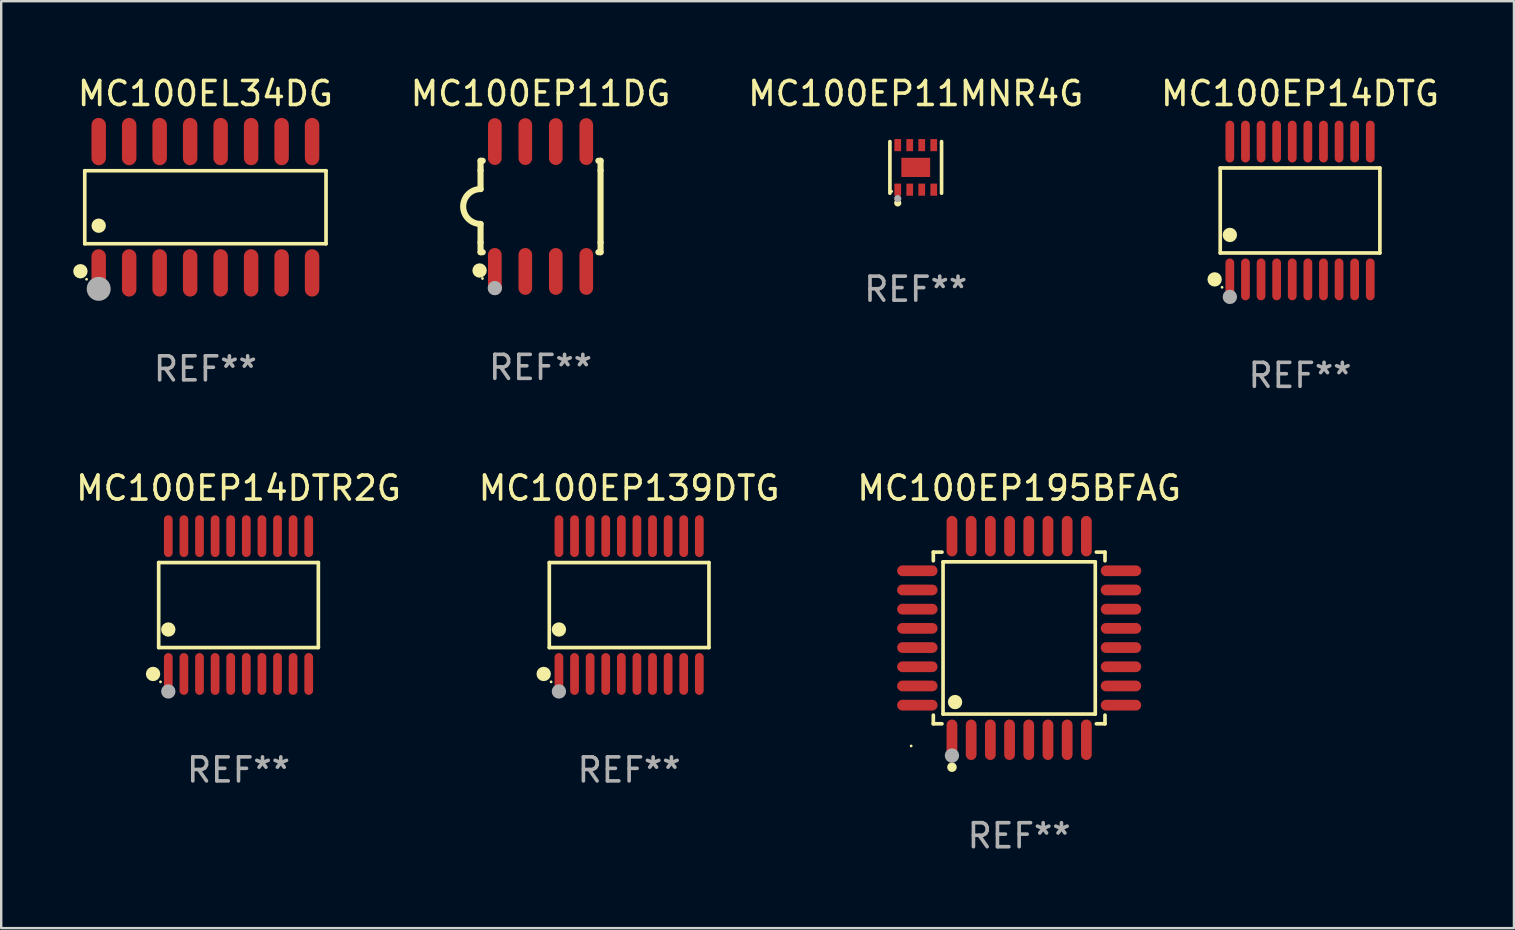
<source format=kicad_pcb>
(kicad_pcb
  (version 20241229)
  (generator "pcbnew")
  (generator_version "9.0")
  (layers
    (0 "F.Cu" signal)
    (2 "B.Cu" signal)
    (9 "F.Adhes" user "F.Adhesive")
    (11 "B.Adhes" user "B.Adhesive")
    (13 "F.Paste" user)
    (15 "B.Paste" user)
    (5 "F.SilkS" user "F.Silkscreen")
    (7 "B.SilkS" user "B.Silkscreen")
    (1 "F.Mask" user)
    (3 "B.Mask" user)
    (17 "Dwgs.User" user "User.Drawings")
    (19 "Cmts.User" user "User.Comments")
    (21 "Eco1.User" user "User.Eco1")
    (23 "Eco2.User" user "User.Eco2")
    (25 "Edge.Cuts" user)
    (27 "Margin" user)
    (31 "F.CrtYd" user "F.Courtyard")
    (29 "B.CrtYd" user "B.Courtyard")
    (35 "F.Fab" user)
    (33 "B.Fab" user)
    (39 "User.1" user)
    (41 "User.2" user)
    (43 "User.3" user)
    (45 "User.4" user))
  (footprint "MC100EP14DTG"
    (layer "F.Cu")
    (at 51.114 5.719)
    (property "Reference" "MC100EP14DTG" (at 0 -4.871 0) (layer "F.SilkS") (effects (font (size 1 1) (thickness 0.15))))
    (attr through_hole)
    (fp_line (start -3.326 -1.771) (end 3.326 -1.771) (stroke (width 0.152) (type solid)) (layer "F.SilkS"))
    (fp_line (start -3.326 1.771) (end -3.326 -1.771) (stroke (width 0.152) (type solid)) (layer "F.SilkS"))
    (fp_line (start 3.326 -1.771) (end 3.326 1.771) (stroke (width 0.152) (type solid)) (layer "F.SilkS"))
    (fp_line (start 3.326 1.771) (end -3.326 1.771) (stroke (width 0.152) (type solid)) (layer "F.SilkS"))
    (fp_circle (center -3.559 2.871) (end -3.409 2.871) (stroke (width 0.3) (type solid)) (fill no) (layer "F.SilkS"))
    (fp_circle (center -3.25 3.2) (end -3.22 3.2) (stroke (width 0.06) (type solid)) (fill no) (layer "F.SilkS"))
    (fp_circle (center -2.925 1.019) (end -2.775 1.019) (stroke (width 0.3) (type solid)) (fill no) (layer "F.SilkS"))
    (fp_circle (center -2.925 3.6) (end -2.775 3.6) (stroke (width 0.3) (type solid)) (fill no) (layer "F.Fab"))
    (fp_text user "REF**" (at 0 6.871 0) (layer "F.Fab") (effects (font (size 1 1) (thickness 0.15))))
    (pad "1" smd oval (at -2.925 2.871) (size 0.364 1.742) (layers "F.Cu" "F.Mask" "F.Paste"))
    (pad "2" smd oval (at -2.275 2.871) (size 0.364 1.742) (layers "F.Cu" "F.Mask" "F.Paste"))
    (pad "3" smd oval (at -1.625 2.871) (size 0.364 1.742) (layers "F.Cu" "F.Mask" "F.Paste"))
    (pad "4" smd oval (at -0.975 2.871) (size 0.364 1.742) (layers "F.Cu" "F.Mask" "F.Paste"))
    (pad "5" smd oval (at -0.325 2.871) (size 0.364 1.742) (layers "F.Cu" "F.Mask" "F.Paste"))
    (pad "6" smd oval (at 0.325 2.871) (size 0.364 1.742) (layers "F.Cu" "F.Mask" "F.Paste"))
    (pad "7" smd oval (at 0.975 2.871) (size 0.364 1.742) (layers "F.Cu" "F.Mask" "F.Paste"))
    (pad "8" smd oval (at 1.625 2.871) (size 0.364 1.742) (layers "F.Cu" "F.Mask" "F.Paste"))
    (pad "9" smd oval (at 2.275 2.871) (size 0.364 1.742) (layers "F.Cu" "F.Mask" "F.Paste"))
    (pad "10" smd oval (at 2.925 2.871) (size 0.364 1.742) (layers "F.Cu" "F.Mask" "F.Paste"))
    (pad "11" smd oval (at 2.925 -2.871) (size 0.364 1.742) (layers "F.Cu" "F.Mask" "F.Paste"))
    (pad "12" smd oval (at 2.275 -2.871) (size 0.364 1.742) (layers "F.Cu" "F.Mask" "F.Paste"))
    (pad "13" smd oval (at 1.625 -2.871) (size 0.364 1.742) (layers "F.Cu" "F.Mask" "F.Paste"))
    (pad "14" smd oval (at 0.975 -2.871) (size 0.364 1.742) (layers "F.Cu" "F.Mask" "F.Paste"))
    (pad "15" smd oval (at 0.325 -2.871) (size 0.364 1.742) (layers "F.Cu" "F.Mask" "F.Paste"))
    (pad "16" smd oval (at -0.325 -2.871) (size 0.364 1.742) (layers "F.Cu" "F.Mask" "F.Paste"))
    (pad "17" smd oval (at -0.975 -2.871) (size 0.364 1.742) (layers "F.Cu" "F.Mask" "F.Paste"))
    (pad "18" smd oval (at -1.625 -2.871) (size 0.364 1.742) (layers "F.Cu" "F.Mask" "F.Paste"))
    (pad "19" smd oval (at -2.275 -2.871) (size 0.364 1.742) (layers "F.Cu" "F.Mask" "F.Paste"))
    (pad "20" smd oval (at -2.925 -2.871) (size 0.364 1.742) (layers "F.Cu" "F.Mask" "F.Paste")))
  (footprint "MC100EP11MNR4G"
    (layer "F.Cu")
    (at 35.102 3.924)
    (property "Reference" "MC100EP11MNR4G" (at 0 -3.076 0) (layer "F.SilkS") (effects (font (size 1 1) (thickness 0.15))))
    (attr through_hole)
    (fp_line (start -1.076 1.076) (end -1.076 -1.076) (stroke (width 0.152) (type solid)) (layer "F.SilkS"))
    (fp_line (start 1.076 1.076) (end 1.076 -1.076) (stroke (width 0.152) (type solid)) (layer "F.SilkS"))
    (fp_circle (center -1 1) (end -0.97 1) (stroke (width 0.06) (type solid)) (fill no) (layer "F.SilkS"))
    (fp_circle (center -0.75 1.48) (end -0.675 1.48) (stroke (width 0.15) (type solid)) (fill no) (layer "F.SilkS"))
    (fp_circle (center -0.75 1.3) (end -0.675 1.3) (stroke (width 0.15) (type solid)) (fill no) (layer "F.Fab"))
    (fp_text user "REF**" (at 0 5.076 0) (layer "F.Fab") (effects (font (size 1 1) (thickness 0.15))))
    (pad "1" smd rect (at -0.75 0.928) (size 0.28 0.505) (layers "F.Cu" "F.Mask" "F.Paste"))
    (pad "2" smd rect (at -0.25 0.928) (size 0.28 0.505) (layers "F.Cu" "F.Mask" "F.Paste"))
    (pad "3" smd rect (at 0.25 0.928) (size 0.28 0.505) (layers "F.Cu" "F.Mask" "F.Paste"))
    (pad "4" smd rect (at 0.75 0.928) (size 0.28 0.505) (layers "F.Cu" "F.Mask" "F.Paste"))
    (pad "5" smd rect (at 0.75 -0.928) (size 0.28 0.505) (layers "F.Cu" "F.Mask" "F.Paste"))
    (pad "6" smd rect (at 0.25 -0.928) (size 0.28 0.505) (layers "F.Cu" "F.Mask" "F.Paste"))
    (pad "7" smd rect (at -0.25 -0.928) (size 0.28 0.505) (layers "F.Cu" "F.Mask" "F.Paste"))
    (pad "8" smd rect (at -0.75 -0.928) (size 0.28 0.505) (layers "F.Cu" "F.Mask" "F.Paste"))
    (pad "9" smd rect (at 0 0) (size 1.2 0.8) (layers "F.Cu" "F.Mask" "F.Paste")))
  (footprint "MC100EL34DG"
    (layer "F.Cu")
    (at 5.507 5.584)
    (property "Reference" "MC100EL34DG" (at 0 -4.736 0) (layer "F.SilkS") (effects (font (size 1 1) (thickness 0.15))))
    (attr through_hole)
    (fp_line (start -5.026 -1.521) (end 5.026 -1.521) (stroke (width 0.152) (type solid)) (layer "F.SilkS"))
    (fp_line (start -5.026 1.521) (end -5.026 -1.521) (stroke (width 0.152) (type solid)) (layer "F.SilkS"))
    (fp_line (start 5.026 -1.521) (end 5.026 1.521) (stroke (width 0.152) (type solid)) (layer "F.SilkS"))
    (fp_line (start 5.026 1.521) (end -5.026 1.521) (stroke (width 0.152) (type solid)) (layer "F.SilkS"))
    (fp_circle (center -5.207 2.667) (end -5.057 2.667) (stroke (width 0.3) (type solid)) (fill no) (layer "F.SilkS"))
    (fp_circle (center -4.95 3) (end -4.92 3) (stroke (width 0.06) (type solid)) (fill no) (layer "F.SilkS"))
    (fp_circle (center -4.445 0.769) (end -4.295 0.769) (stroke (width 0.3) (type solid)) (fill no) (layer "F.SilkS"))
    (fp_circle (center -4.445 3.4) (end -4.195 3.4) (stroke (width 0.5) (type solid)) (fill no) (layer "F.Fab"))
    (fp_text user "REF**" (at 0 6.736 0) (layer "F.Fab") (effects (font (size 1 1) (thickness 0.15))))
    (pad "1" smd oval (at -4.445 2.736) (size 0.602 1.971) (layers "F.Cu" "F.Mask" "F.Paste"))
    (pad "2" smd oval (at -3.175 2.736) (size 0.602 1.971) (layers "F.Cu" "F.Mask" "F.Paste"))
    (pad "3" smd oval (at -1.905 2.736) (size 0.602 1.971) (layers "F.Cu" "F.Mask" "F.Paste"))
    (pad "4" smd oval (at -0.635 2.736) (size 0.602 1.971) (layers "F.Cu" "F.Mask" "F.Paste"))
    (pad "5" smd oval (at 0.635 2.736) (size 0.602 1.971) (layers "F.Cu" "F.Mask" "F.Paste"))
    (pad "6" smd oval (at 1.905 2.736) (size 0.602 1.971) (layers "F.Cu" "F.Mask" "F.Paste"))
    (pad "7" smd oval (at 3.175 2.736) (size 0.602 1.971) (layers "F.Cu" "F.Mask" "F.Paste"))
    (pad "8" smd oval (at 4.445 2.736) (size 0.602 1.971) (layers "F.Cu" "F.Mask" "F.Paste"))
    (pad "9" smd oval (at 4.445 -2.736) (size 0.602 1.971) (layers "F.Cu" "F.Mask" "F.Paste"))
    (pad "10" smd oval (at 3.175 -2.736) (size 0.602 1.971) (layers "F.Cu" "F.Mask" "F.Paste"))
    (pad "11" smd oval (at 1.905 -2.736) (size 0.602 1.971) (layers "F.Cu" "F.Mask" "F.Paste"))
    (pad "12" smd oval (at 0.635 -2.736) (size 0.602 1.971) (layers "F.Cu" "F.Mask" "F.Paste"))
    (pad "13" smd oval (at -0.635 -2.736) (size 0.602 1.971) (layers "F.Cu" "F.Mask" "F.Paste"))
    (pad "14" smd oval (at -1.905 -2.736) (size 0.602 1.971) (layers "F.Cu" "F.Mask" "F.Paste"))
    (pad "15" smd oval (at -3.175 -2.736) (size 0.602 1.971) (layers "F.Cu" "F.Mask" "F.Paste"))
    (pad "16" smd oval (at -4.445 -2.736) (size 0.602 1.971) (layers "F.Cu" "F.Mask" "F.Paste")))
  (footprint "MC100EP11DG"
    (layer "F.Cu")
    (at 19.471 5.553)
    (property "Reference" "MC100EP11DG" (at 0 -4.705 0) (layer "F.SilkS") (effects (font (size 1 1) (thickness 0.15))))
    (attr through_hole)
    (fp_line (start -2.5 -1.905) (end -2.409 -1.905) (stroke (width 0.254) (type solid)) (layer "F.SilkS"))
    (fp_line (start -2.5 -1.5) (end -2.5 -1.905) (stroke (width 0.254) (type solid)) (layer "F.SilkS"))
    (fp_line (start -2.5 -1.5) (end -2.5 -0.726) (stroke (width 0.254) (type solid)) (layer "F.SilkS"))
    (fp_line (start -2.5 1.5) (end -2.5 0.727) (stroke (width 0.254) (type solid)) (layer "F.SilkS"))
    (fp_line (start -2.5 1.5) (end -2.5 1.905) (stroke (width 0.254) (type solid)) (layer "F.SilkS"))
    (fp_line (start -2.5 1.905) (end -2.409 1.905) (stroke (width 0.254) (type solid)) (layer "F.SilkS"))
    (fp_line (start 2.5 -1.905) (end 2.409 -1.905) (stroke (width 0.254) (type solid)) (layer "F.SilkS"))
    (fp_line (start 2.5 -1.5) (end 2.5 -1.905) (stroke (width 0.254) (type solid)) (layer "F.SilkS"))
    (fp_line (start 2.5 -1.5) (end 2.5 1.5) (stroke (width 0.254) (type solid)) (layer "F.SilkS"))
    (fp_line (start 2.5 1.5) (end 2.5 1.905) (stroke (width 0.254) (type solid)) (layer "F.SilkS"))
    (fp_line (start 2.5 1.905) (end 2.409 1.905) (stroke (width 0.254) (type solid)) (layer "F.SilkS"))
    (fp_arc (start -2.5 0.726568) (mid -3.220316 -0.0023) (end -2.495097 -0.726289) (stroke (width 0.254001) (type solid)) (layer "F.SilkS"))
    (fp_circle (center -2.54 2.667) (end -2.39 2.667) (stroke (width 0.3) (type solid)) (fill no) (layer "F.SilkS"))
    (fp_circle (center -2.42 3) (end -2.39 3) (stroke (width 0.06) (type solid)) (fill no) (layer "F.SilkS"))
    (fp_circle (center -1.905 3.4) (end -1.755 3.4) (stroke (width 0.3) (type solid)) (fill no) (layer "F.Fab"))
    (fp_text user "REF**" (at 0 6.705 0) (layer "F.Fab") (effects (font (size 1 1) (thickness 0.15))))
    (pad "1" smd oval (at -1.905 2.705) (size 0.568 1.95) (layers "F.Cu" "F.Mask" "F.Paste"))
    (pad "2" smd oval (at -0.635 2.705) (size 0.568 1.95) (layers "F.Cu" "F.Mask" "F.Paste"))
    (pad "3" smd oval (at 0.635 2.705) (size 0.568 1.95) (layers "F.Cu" "F.Mask" "F.Paste"))
    (pad "4" smd oval (at 1.905 2.705) (size 0.568 1.95) (layers "F.Cu" "F.Mask" "F.Paste"))
    (pad "5" smd oval (at 1.905 -2.705) (size 0.568 1.95) (layers "F.Cu" "F.Mask" "F.Paste"))
    (pad "6" smd oval (at 0.635 -2.705) (size 0.568 1.95) (layers "F.Cu" "F.Mask" "F.Paste"))
    (pad "7" smd oval (at -0.635 -2.705) (size 0.568 1.95) (layers "F.Cu" "F.Mask" "F.Paste"))
    (pad "8" smd oval (at -1.905 -2.705) (size 0.568 1.95) (layers "F.Cu" "F.Mask" "F.Paste")))
  (footprint "MC100EP195BFAG"
    (layer "F.Cu")
    (at 39.411 23.529)
    (property "Reference" "MC100EP195BFAG" (at 0 -6.242 0) (layer "F.SilkS") (effects (font (size 1 1) (thickness 0.15))))
    (attr through_hole)
    (fp_line (start -3.576 -3.576) (end -3.215 -3.576) (stroke (width 0.152) (type solid)) (layer "F.SilkS"))
    (fp_line (start -3.576 -3.215) (end -3.576 -3.576) (stroke (width 0.152) (type solid)) (layer "F.SilkS"))
    (fp_line (start -3.576 3.215) (end -3.576 3.576) (stroke (width 0.152) (type solid)) (layer "F.SilkS"))
    (fp_line (start -3.576 3.576) (end -3.215 3.576) (stroke (width 0.152) (type solid)) (layer "F.SilkS"))
    (fp_line (start -3.171 -3.171) (end 3.171 -3.171) (stroke (width 0.152) (type solid)) (layer "F.SilkS"))
    (fp_line (start -3.171 3.171) (end -3.171 -3.171) (stroke (width 0.152) (type solid)) (layer "F.SilkS"))
    (fp_line (start 3.171 -3.171) (end 3.171 3.171) (stroke (width 0.152) (type solid)) (layer "F.SilkS"))
    (fp_line (start 3.171 3.171) (end -3.171 3.171) (stroke (width 0.152) (type solid)) (layer "F.SilkS"))
    (fp_line (start 3.576 -3.576) (end 3.215 -3.576) (stroke (width 0.152) (type solid)) (layer "F.SilkS"))
    (fp_line (start 3.576 -3.215) (end 3.576 -3.576) (stroke (width 0.152) (type solid)) (layer "F.SilkS"))
    (fp_line (start 3.576 3.215) (end 3.576 3.576) (stroke (width 0.152) (type solid)) (layer "F.SilkS"))
    (fp_line (start 3.576 3.576) (end 3.215 3.576) (stroke (width 0.152) (type solid)) (layer "F.SilkS"))
    (fp_circle (center -4.5 4.5) (end -4.47 4.5) (stroke (width 0.06) (type solid)) (fill no) (layer "F.SilkS"))
    (fp_circle (center -2.8 5.384) (end -2.7 5.384) (stroke (width 0.2) (type solid)) (fill no) (layer "F.SilkS"))
    (fp_circle (center -2.671 2.671) (end -2.521 2.671) (stroke (width 0.3) (type solid)) (fill no) (layer "F.SilkS"))
    (fp_circle (center -2.8 4.9) (end -2.65 4.9) (stroke (width 0.3) (type solid)) (fill no) (layer "F.Fab"))
    (fp_text user "REF**" (at 0 8.242 0) (layer "F.Fab") (effects (font (size 1 1) (thickness 0.15))))
    (pad "1" smd oval (at -2.8 4.242) (size 0.448 1.684) (layers "F.Cu" "F.Mask" "F.Paste"))
    (pad "2" smd oval (at -2 4.242) (size 0.448 1.684) (layers "F.Cu" "F.Mask" "F.Paste"))
    (pad "3" smd oval (at -1.2 4.242) (size 0.448 1.684) (layers "F.Cu" "F.Mask" "F.Paste"))
    (pad "4" smd oval (at -0.4 4.242) (size 0.448 1.684) (layers "F.Cu" "F.Mask" "F.Paste"))
    (pad "5" smd oval (at 0.4 4.242) (size 0.448 1.684) (layers "F.Cu" "F.Mask" "F.Paste"))
    (pad "6" smd oval (at 1.2 4.242) (size 0.448 1.684) (layers "F.Cu" "F.Mask" "F.Paste"))
    (pad "7" smd oval (at 2 4.242) (size 0.448 1.684) (layers "F.Cu" "F.Mask" "F.Paste"))
    (pad "8" smd oval (at 2.8 4.242) (size 0.448 1.684) (layers "F.Cu" "F.Mask" "F.Paste"))
    (pad "9" smd oval (at 4.242 2.8) (size 1.684 0.448) (layers "F.Cu" "F.Mask" "F.Paste"))
    (pad "10" smd oval (at 4.242 2) (size 1.684 0.448) (layers "F.Cu" "F.Mask" "F.Paste"))
    (pad "11" smd oval (at 4.242 1.2) (size 1.684 0.448) (layers "F.Cu" "F.Mask" "F.Paste"))
    (pad "12" smd oval (at 4.242 0.4) (size 1.684 0.448) (layers "F.Cu" "F.Mask" "F.Paste"))
    (pad "13" smd oval (at 4.242 -0.4) (size 1.684 0.448) (layers "F.Cu" "F.Mask" "F.Paste"))
    (pad "14" smd oval (at 4.242 -1.2) (size 1.684 0.448) (layers "F.Cu" "F.Mask" "F.Paste"))
    (pad "15" smd oval (at 4.242 -2) (size 1.684 0.448) (layers "F.Cu" "F.Mask" "F.Paste"))
    (pad "16" smd oval (at 4.242 -2.8) (size 1.684 0.448) (layers "F.Cu" "F.Mask" "F.Paste"))
    (pad "17" smd oval (at 2.8 -4.242) (size 0.448 1.684) (layers "F.Cu" "F.Mask" "F.Paste"))
    (pad "18" smd oval (at 2 -4.242) (size 0.448 1.684) (layers "F.Cu" "F.Mask" "F.Paste"))
    (pad "19" smd oval (at 1.2 -4.242) (size 0.448 1.684) (layers "F.Cu" "F.Mask" "F.Paste"))
    (pad "20" smd oval (at 0.4 -4.242) (size 0.448 1.684) (layers "F.Cu" "F.Mask" "F.Paste"))
    (pad "21" smd oval (at -0.4 -4.242) (size 0.448 1.684) (layers "F.Cu" "F.Mask" "F.Paste"))
    (pad "22" smd oval (at -1.2 -4.242) (size 0.448 1.684) (layers "F.Cu" "F.Mask" "F.Paste"))
    (pad "23" smd oval (at -2 -4.242) (size 0.448 1.684) (layers "F.Cu" "F.Mask" "F.Paste"))
    (pad "24" smd oval (at -2.8 -4.242) (size 0.448 1.684) (layers "F.Cu" "F.Mask" "F.Paste"))
    (pad "25" smd oval (at -4.242 -2.8) (size 1.684 0.448) (layers "F.Cu" "F.Mask" "F.Paste"))
    (pad "26" smd oval (at -4.242 -2) (size 1.684 0.448) (layers "F.Cu" "F.Mask" "F.Paste"))
    (pad "27" smd oval (at -4.242 -1.2) (size 1.684 0.448) (layers "F.Cu" "F.Mask" "F.Paste"))
    (pad "28" smd oval (at -4.242 -0.4) (size 1.684 0.448) (layers "F.Cu" "F.Mask" "F.Paste"))
    (pad "29" smd oval (at -4.242 0.4) (size 1.684 0.448) (layers "F.Cu" "F.Mask" "F.Paste"))
    (pad "30" smd oval (at -4.242 1.2) (size 1.684 0.448) (layers "F.Cu" "F.Mask" "F.Paste"))
    (pad "31" smd oval (at -4.242 2) (size 1.684 0.448) (layers "F.Cu" "F.Mask" "F.Paste"))
    (pad "32" smd oval (at -4.242 2.8) (size 1.684 0.448) (layers "F.Cu" "F.Mask" "F.Paste")))
  (footprint "MC100EP139DTG"
    (layer "F.Cu")
    (at 23.161 22.158)
    (property "Reference" "MC100EP139DTG" (at 0 -4.871 0) (layer "F.SilkS") (effects (font (size 1 1) (thickness 0.15))))
    (attr through_hole)
    (fp_line (start -3.326 -1.771) (end 3.326 -1.771) (stroke (width 0.152) (type solid)) (layer "F.SilkS"))
    (fp_line (start -3.326 1.771) (end -3.326 -1.771) (stroke (width 0.152) (type solid)) (layer "F.SilkS"))
    (fp_line (start 3.326 -1.771) (end 3.326 1.771) (stroke (width 0.152) (type solid)) (layer "F.SilkS"))
    (fp_line (start 3.326 1.771) (end -3.326 1.771) (stroke (width 0.152) (type solid)) (layer "F.SilkS"))
    (fp_circle (center -3.559 2.871) (end -3.409 2.871) (stroke (width 0.3) (type solid)) (fill no) (layer "F.SilkS"))
    (fp_circle (center -3.25 3.2) (end -3.22 3.2) (stroke (width 0.06) (type solid)) (fill no) (layer "F.SilkS"))
    (fp_circle (center -2.925 1.019) (end -2.775 1.019) (stroke (width 0.3) (type solid)) (fill no) (layer "F.SilkS"))
    (fp_circle (center -2.925 3.6) (end -2.775 3.6) (stroke (width 0.3) (type solid)) (fill no) (layer "F.Fab"))
    (fp_text user "REF**" (at 0 6.871 0) (layer "F.Fab") (effects (font (size 1 1) (thickness 0.15))))
    (pad "1" smd oval (at -2.925 2.871) (size 0.364 1.742) (layers "F.Cu" "F.Mask" "F.Paste"))
    (pad "2" smd oval (at -2.275 2.871) (size 0.364 1.742) (layers "F.Cu" "F.Mask" "F.Paste"))
    (pad "3" smd oval (at -1.625 2.871) (size 0.364 1.742) (layers "F.Cu" "F.Mask" "F.Paste"))
    (pad "4" smd oval (at -0.975 2.871) (size 0.364 1.742) (layers "F.Cu" "F.Mask" "F.Paste"))
    (pad "5" smd oval (at -0.325 2.871) (size 0.364 1.742) (layers "F.Cu" "F.Mask" "F.Paste"))
    (pad "6" smd oval (at 0.325 2.871) (size 0.364 1.742) (layers "F.Cu" "F.Mask" "F.Paste"))
    (pad "7" smd oval (at 0.975 2.871) (size 0.364 1.742) (layers "F.Cu" "F.Mask" "F.Paste"))
    (pad "8" smd oval (at 1.625 2.871) (size 0.364 1.742) (layers "F.Cu" "F.Mask" "F.Paste"))
    (pad "9" smd oval (at 2.275 2.871) (size 0.364 1.742) (layers "F.Cu" "F.Mask" "F.Paste"))
    (pad "10" smd oval (at 2.925 2.871) (size 0.364 1.742) (layers "F.Cu" "F.Mask" "F.Paste"))
    (pad "11" smd oval (at 2.925 -2.871) (size 0.364 1.742) (layers "F.Cu" "F.Mask" "F.Paste"))
    (pad "12" smd oval (at 2.275 -2.871) (size 0.364 1.742) (layers "F.Cu" "F.Mask" "F.Paste"))
    (pad "13" smd oval (at 1.625 -2.871) (size 0.364 1.742) (layers "F.Cu" "F.Mask" "F.Paste"))
    (pad "14" smd oval (at 0.975 -2.871) (size 0.364 1.742) (layers "F.Cu" "F.Mask" "F.Paste"))
    (pad "15" smd oval (at 0.325 -2.871) (size 0.364 1.742) (layers "F.Cu" "F.Mask" "F.Paste"))
    (pad "16" smd oval (at -0.325 -2.871) (size 0.364 1.742) (layers "F.Cu" "F.Mask" "F.Paste"))
    (pad "17" smd oval (at -0.975 -2.871) (size 0.364 1.742) (layers "F.Cu" "F.Mask" "F.Paste"))
    (pad "18" smd oval (at -1.625 -2.871) (size 0.364 1.742) (layers "F.Cu" "F.Mask" "F.Paste"))
    (pad "19" smd oval (at -2.275 -2.871) (size 0.364 1.742) (layers "F.Cu" "F.Mask" "F.Paste"))
    (pad "20" smd oval (at -2.925 -2.871) (size 0.364 1.742) (layers "F.Cu" "F.Mask" "F.Paste")))
  (footprint "MC100EP14DTR2G"
    (layer "F.Cu")
    (at 6.887 22.158)
    (property "Reference" "MC100EP14DTR2G" (at 0 -4.871 0) (layer "F.SilkS") (effects (font (size 1 1) (thickness 0.15))))
    (attr through_hole)
    (fp_line (start -3.326 -1.771) (end 3.326 -1.771) (stroke (width 0.152) (type solid)) (layer "F.SilkS"))
    (fp_line (start -3.326 1.771) (end -3.326 -1.771) (stroke (width 0.152) (type solid)) (layer "F.SilkS"))
    (fp_line (start 3.326 -1.771) (end 3.326 1.771) (stroke (width 0.152) (type solid)) (layer "F.SilkS"))
    (fp_line (start 3.326 1.771) (end -3.326 1.771) (stroke (width 0.152) (type solid)) (layer "F.SilkS"))
    (fp_circle (center -3.559 2.871) (end -3.409 2.871) (stroke (width 0.3) (type solid)) (fill no) (layer "F.SilkS"))
    (fp_circle (center -3.25 3.2) (end -3.22 3.2) (stroke (width 0.06) (type solid)) (fill no) (layer "F.SilkS"))
    (fp_circle (center -2.925 1.019) (end -2.775 1.019) (stroke (width 0.3) (type solid)) (fill no) (layer "F.SilkS"))
    (fp_circle (center -2.925 3.6) (end -2.775 3.6) (stroke (width 0.3) (type solid)) (fill no) (layer "F.Fab"))
    (fp_text user "REF**" (at 0 6.871 0) (layer "F.Fab") (effects (font (size 1 1) (thickness 0.15))))
    (pad "1" smd oval (at -2.925 2.871) (size 0.364 1.742) (layers "F.Cu" "F.Mask" "F.Paste"))
    (pad "2" smd oval (at -2.275 2.871) (size 0.364 1.742) (layers "F.Cu" "F.Mask" "F.Paste"))
    (pad "3" smd oval (at -1.625 2.871) (size 0.364 1.742) (layers "F.Cu" "F.Mask" "F.Paste"))
    (pad "4" smd oval (at -0.975 2.871) (size 0.364 1.742) (layers "F.Cu" "F.Mask" "F.Paste"))
    (pad "5" smd oval (at -0.325 2.871) (size 0.364 1.742) (layers "F.Cu" "F.Mask" "F.Paste"))
    (pad "6" smd oval (at 0.325 2.871) (size 0.364 1.742) (layers "F.Cu" "F.Mask" "F.Paste"))
    (pad "7" smd oval (at 0.975 2.871) (size 0.364 1.742) (layers "F.Cu" "F.Mask" "F.Paste"))
    (pad "8" smd oval (at 1.625 2.871) (size 0.364 1.742) (layers "F.Cu" "F.Mask" "F.Paste"))
    (pad "9" smd oval (at 2.275 2.871) (size 0.364 1.742) (layers "F.Cu" "F.Mask" "F.Paste"))
    (pad "10" smd oval (at 2.925 2.871) (size 0.364 1.742) (layers "F.Cu" "F.Mask" "F.Paste"))
    (pad "11" smd oval (at 2.925 -2.871) (size 0.364 1.742) (layers "F.Cu" "F.Mask" "F.Paste"))
    (pad "12" smd oval (at 2.275 -2.871) (size 0.364 1.742) (layers "F.Cu" "F.Mask" "F.Paste"))
    (pad "13" smd oval (at 1.625 -2.871) (size 0.364 1.742) (layers "F.Cu" "F.Mask" "F.Paste"))
    (pad "14" smd oval (at 0.975 -2.871) (size 0.364 1.742) (layers "F.Cu" "F.Mask" "F.Paste"))
    (pad "15" smd oval (at 0.325 -2.871) (size 0.364 1.742) (layers "F.Cu" "F.Mask" "F.Paste"))
    (pad "16" smd oval (at -0.325 -2.871) (size 0.364 1.742) (layers "F.Cu" "F.Mask" "F.Paste"))
    (pad "17" smd oval (at -0.975 -2.871) (size 0.364 1.742) (layers "F.Cu" "F.Mask" "F.Paste"))
    (pad "18" smd oval (at -1.625 -2.871) (size 0.364 1.742) (layers "F.Cu" "F.Mask" "F.Paste"))
    (pad "19" smd oval (at -2.275 -2.871) (size 0.364 1.742) (layers "F.Cu" "F.Mask" "F.Paste"))
    (pad "20" smd oval (at -2.925 -2.871) (size 0.364 1.742) (layers "F.Cu" "F.Mask" "F.Paste")))
  (gr_rect
    (start -3 -3)
    (end 60.025 35.619)
    (stroke (width 0.1) (type default))
    (fill no)
    (layer "Edge.Cuts")))
</source>
